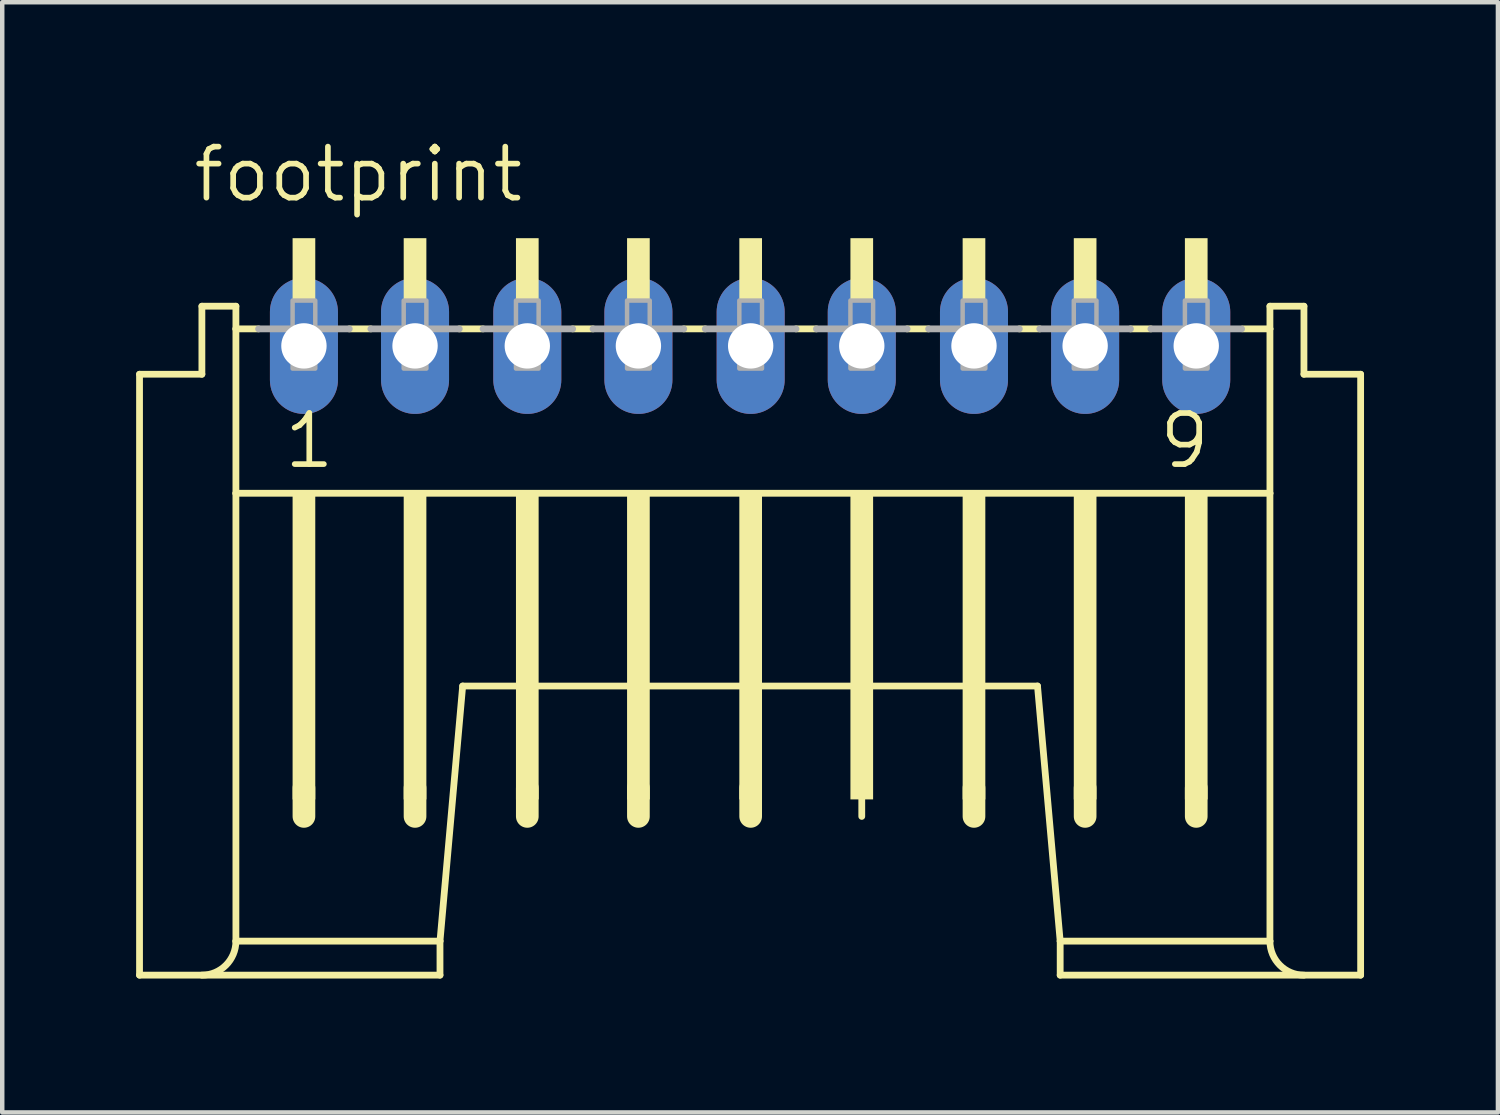
<source format=kicad_pcb>
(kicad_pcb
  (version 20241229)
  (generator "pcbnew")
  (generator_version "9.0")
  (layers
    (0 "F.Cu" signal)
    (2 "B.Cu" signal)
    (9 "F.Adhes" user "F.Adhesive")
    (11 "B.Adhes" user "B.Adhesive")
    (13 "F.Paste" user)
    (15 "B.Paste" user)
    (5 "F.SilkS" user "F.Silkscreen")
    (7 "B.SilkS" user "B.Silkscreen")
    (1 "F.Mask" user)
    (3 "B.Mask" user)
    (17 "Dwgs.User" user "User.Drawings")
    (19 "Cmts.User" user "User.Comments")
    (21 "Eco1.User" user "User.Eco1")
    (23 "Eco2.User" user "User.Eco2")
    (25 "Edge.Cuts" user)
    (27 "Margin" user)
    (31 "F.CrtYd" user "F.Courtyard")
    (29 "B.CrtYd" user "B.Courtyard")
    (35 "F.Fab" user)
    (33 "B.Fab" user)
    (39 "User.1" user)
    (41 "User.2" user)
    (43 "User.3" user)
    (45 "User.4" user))
  (footprint "footprint"
    (layer "F.Cu")
    (at 3.759 6.604)
    (property "Reference" "footprint" (at -2.54 -5.08 0) (layer "F.SilkS") (effects (font (size 1.143 1.143) (thickness 0.127)) (justify left bottom)))
    (fp_line (start -3.683 12.192) (end -3.683 -1.27) (stroke (width 0.152) (type solid)) (layer "F.SilkS"))
    (fp_line (start -3.683 12.192) (end 3.048 12.192) (stroke (width 0.152) (type solid)) (layer "F.SilkS"))
    (fp_line (start -2.286 -1.27) (end -3.683 -1.27) (stroke (width 0.152) (type solid)) (layer "F.SilkS"))
    (fp_line (start -2.286 -1.27) (end -2.286 -2.794) (stroke (width 0.152) (type solid)) (layer "F.SilkS"))
    (fp_line (start -1.524 -2.794) (end -2.286 -2.794) (stroke (width 0.152) (type solid)) (layer "F.SilkS"))
    (fp_line (start -1.524 -2.286) (end -1.524 -2.794) (stroke (width 0.152) (type solid)) (layer "F.SilkS"))
    (fp_line (start -1.524 1.397) (end -1.524 -2.286) (stroke (width 0.152) (type solid)) (layer "F.SilkS"))
    (fp_line (start -1.524 11.43) (end -1.524 1.397) (stroke (width 0.152) (type solid)) (layer "F.SilkS"))
    (fp_line (start -1.524 11.43) (end 3.048 11.43) (stroke (width 0.152) (type solid)) (layer "F.SilkS"))
    (fp_line (start -1.016 -2.286) (end -1.524 -2.286) (stroke (width 0.152) (type solid)) (layer "F.SilkS"))
    (fp_line (start 0 8.001) (end 0 8.636) (stroke (width 0.508) (type solid)) (layer "F.SilkS"))
    (fp_line (start 1.499 -2.286) (end 1.016 -2.286) (stroke (width 0.152) (type solid)) (layer "F.SilkS"))
    (fp_line (start 2.489 8.001) (end 2.489 8.636) (stroke (width 0.508) (type solid)) (layer "F.SilkS"))
    (fp_line (start 3.048 11.43) (end 3.556 5.715) (stroke (width 0.152) (type solid)) (layer "F.SilkS"))
    (fp_line (start 3.048 12.192) (end 3.048 11.43) (stroke (width 0.152) (type solid)) (layer "F.SilkS"))
    (fp_line (start 3.556 5.715) (end 16.434 5.715) (stroke (width 0.152) (type solid)) (layer "F.SilkS"))
    (fp_line (start 4.013 -2.286) (end 3.48 -2.286) (stroke (width 0.152) (type solid)) (layer "F.SilkS"))
    (fp_line (start 5.004 8.001) (end 5.004 8.636) (stroke (width 0.508) (type solid)) (layer "F.SilkS"))
    (fp_line (start 6.477 -2.286) (end 6.02 -2.286) (stroke (width 0.152) (type solid)) (layer "F.SilkS"))
    (fp_line (start 7.493 8.001) (end 7.493 8.636) (stroke (width 0.508) (type solid)) (layer "F.SilkS"))
    (fp_line (start 8.992 -2.286) (end 8.509 -2.286) (stroke (width 0.152) (type solid)) (layer "F.SilkS"))
    (fp_line (start 10.008 8.001) (end 10.008 8.636) (stroke (width 0.508) (type solid)) (layer "F.SilkS"))
    (fp_line (start 11.481 -2.286) (end 11.024 -2.286) (stroke (width 0.152) (type solid)) (layer "F.SilkS"))
    (fp_line (start 12.497 8.001) (end 12.497 8.636) (stroke (width 0.152) (type solid)) (layer "F.SilkS"))
    (fp_line (start 13.995 -2.286) (end 13.513 -2.286) (stroke (width 0.152) (type solid)) (layer "F.SilkS"))
    (fp_line (start 15.011 8.001) (end 15.011 8.636) (stroke (width 0.508) (type solid)) (layer "F.SilkS"))
    (fp_line (start 16.485 -2.286) (end 16.027 -2.286) (stroke (width 0.152) (type solid)) (layer "F.SilkS"))
    (fp_line (start 16.942 11.43) (end 16.434 5.715) (stroke (width 0.152) (type solid)) (layer "F.SilkS"))
    (fp_line (start 16.942 12.192) (end 16.942 11.43) (stroke (width 0.152) (type solid)) (layer "F.SilkS"))
    (fp_line (start 16.942 12.192) (end 23.673 12.192) (stroke (width 0.152) (type solid)) (layer "F.SilkS"))
    (fp_line (start 17.501 8.001) (end 17.501 8.636) (stroke (width 0.508) (type solid)) (layer "F.SilkS"))
    (fp_line (start 18.974 -2.286) (end 18.517 -2.286) (stroke (width 0.152) (type solid)) (layer "F.SilkS"))
    (fp_line (start 19.99 8.001) (end 19.99 8.636) (stroke (width 0.508) (type solid)) (layer "F.SilkS"))
    (fp_line (start 21.641 -2.794) (end 21.641 -2.286) (stroke (width 0.152) (type solid)) (layer "F.SilkS"))
    (fp_line (start 21.641 -2.286) (end 21.031 -2.286) (stroke (width 0.152) (type solid)) (layer "F.SilkS"))
    (fp_line (start 21.641 -2.286) (end 21.641 1.397) (stroke (width 0.152) (type solid)) (layer "F.SilkS"))
    (fp_line (start 21.641 1.397) (end -1.524 1.397) (stroke (width 0.152) (type solid)) (layer "F.SilkS"))
    (fp_line (start 21.641 1.397) (end 21.641 11.43) (stroke (width 0.152) (type solid)) (layer "F.SilkS"))
    (fp_line (start 21.641 11.43) (end 16.942 11.43) (stroke (width 0.152) (type solid)) (layer "F.SilkS"))
    (fp_line (start 22.403 -2.794) (end 21.641 -2.794) (stroke (width 0.152) (type solid)) (layer "F.SilkS"))
    (fp_line (start 22.403 -2.794) (end 22.403 -1.27) (stroke (width 0.152) (type solid)) (layer "F.SilkS"))
    (fp_line (start 23.673 -1.27) (end 22.403 -1.27) (stroke (width 0.152) (type solid)) (layer "F.SilkS"))
    (fp_line (start 23.673 -1.27) (end 23.673 12.192) (stroke (width 0.152) (type solid)) (layer "F.SilkS"))
    (fp_arc (start -1.524 11.43) (mid -1.747185 11.968815) (end -2.286 12.192) (stroke (width 0.1524) (type solid)) (layer "F.SilkS"))
    (fp_arc (start 22.4028 12.192) (mid 21.863985 11.968815) (end 21.6408 11.43) (stroke (width 0.1524) (type solid)) (layer "F.SilkS"))
    (fp_poly (pts (xy -0.254 -2.921) (xy 0.254 -2.921) (xy 0.254 -4.318) (xy -0.254 -4.318)) (stroke (width 0) (type solid)) (fill yes) (layer "F.SilkS"))
    (fp_poly (pts (xy -0.254 8.255) (xy 0.254 8.255) (xy 0.254 1.397) (xy -0.254 1.397)) (stroke (width 0) (type solid)) (fill yes) (layer "F.SilkS"))
    (fp_poly (pts (xy 2.235 -2.921) (xy 2.743 -2.921) (xy 2.743 -4.318) (xy 2.235 -4.318)) (stroke (width 0) (type solid)) (fill yes) (layer "F.SilkS"))
    (fp_poly (pts (xy 2.235 8.255) (xy 2.743 8.255) (xy 2.743 1.397) (xy 2.235 1.397)) (stroke (width 0) (type solid)) (fill yes) (layer "F.SilkS"))
    (fp_poly (pts (xy 4.75 -2.921) (xy 5.258 -2.921) (xy 5.258 -4.318) (xy 4.75 -4.318)) (stroke (width 0) (type solid)) (fill yes) (layer "F.SilkS"))
    (fp_poly (pts (xy 4.75 8.255) (xy 5.258 8.255) (xy 5.258 1.397) (xy 4.75 1.397)) (stroke (width 0) (type solid)) (fill yes) (layer "F.SilkS"))
    (fp_poly (pts (xy 7.239 -2.921) (xy 7.747 -2.921) (xy 7.747 -4.318) (xy 7.239 -4.318)) (stroke (width 0) (type solid)) (fill yes) (layer "F.SilkS"))
    (fp_poly (pts (xy 7.239 8.255) (xy 7.747 8.255) (xy 7.747 1.397) (xy 7.239 1.397)) (stroke (width 0) (type solid)) (fill yes) (layer "F.SilkS"))
    (fp_poly (pts (xy 9.754 -2.921) (xy 10.262 -2.921) (xy 10.262 -4.318) (xy 9.754 -4.318)) (stroke (width 0) (type solid)) (fill yes) (layer "F.SilkS"))
    (fp_poly (pts (xy 9.754 8.255) (xy 10.262 8.255) (xy 10.262 1.397) (xy 9.754 1.397)) (stroke (width 0) (type solid)) (fill yes) (layer "F.SilkS"))
    (fp_poly (pts (xy 12.243 -2.921) (xy 12.751 -2.921) (xy 12.751 -4.318) (xy 12.243 -4.318)) (stroke (width 0) (type solid)) (fill yes) (layer "F.SilkS"))
    (fp_poly (pts (xy 12.243 8.255) (xy 12.751 8.255) (xy 12.751 1.397) (xy 12.243 1.397)) (stroke (width 0) (type solid)) (fill yes) (layer "F.SilkS"))
    (fp_poly (pts (xy 14.757 -2.921) (xy 15.265 -2.921) (xy 15.265 -4.318) (xy 14.757 -4.318)) (stroke (width 0) (type solid)) (fill yes) (layer "F.SilkS"))
    (fp_poly (pts (xy 14.757 8.255) (xy 15.265 8.255) (xy 15.265 1.397) (xy 14.757 1.397)) (stroke (width 0) (type solid)) (fill yes) (layer "F.SilkS"))
    (fp_poly (pts (xy 17.247 -2.921) (xy 17.755 -2.921) (xy 17.755 -4.318) (xy 17.247 -4.318)) (stroke (width 0) (type solid)) (fill yes) (layer "F.SilkS"))
    (fp_poly (pts (xy 17.247 8.255) (xy 17.755 8.255) (xy 17.755 1.397) (xy 17.247 1.397)) (stroke (width 0) (type solid)) (fill yes) (layer "F.SilkS"))
    (fp_poly (pts (xy 19.736 -2.921) (xy 20.244 -2.921) (xy 20.244 -4.318) (xy 19.736 -4.318)) (stroke (width 0) (type solid)) (fill yes) (layer "F.SilkS"))
    (fp_poly (pts (xy 19.736 8.255) (xy 20.244 8.255) (xy 20.244 1.397) (xy 19.736 1.397)) (stroke (width 0) (type solid)) (fill yes) (layer "F.SilkS"))
    (fp_line (start -1.016 -2.286) (end 1.016 -2.286) (stroke (width 0.152) (type solid)) (layer "F.Fab"))
    (fp_line (start 1.499 -2.286) (end 3.48 -2.286) (stroke (width 0.152) (type solid)) (layer "F.Fab"))
    (fp_line (start 4.013 -2.286) (end 6.02 -2.286) (stroke (width 0.152) (type solid)) (layer "F.Fab"))
    (fp_line (start 6.477 -2.286) (end 8.509 -2.286) (stroke (width 0.152) (type solid)) (layer "F.Fab"))
    (fp_line (start 8.992 -2.286) (end 11.024 -2.286) (stroke (width 0.152) (type solid)) (layer "F.Fab"))
    (fp_line (start 11.481 -2.286) (end 13.513 -2.286) (stroke (width 0.152) (type solid)) (layer "F.Fab"))
    (fp_line (start 13.995 -2.286) (end 16.027 -2.286) (stroke (width 0.152) (type solid)) (layer "F.Fab"))
    (fp_line (start 16.485 -2.286) (end 18.517 -2.286) (stroke (width 0.152) (type solid)) (layer "F.Fab"))
    (fp_line (start 18.974 -2.286) (end 21.006 -2.286) (stroke (width 0.152) (type solid)) (layer "F.Fab"))
    (fp_poly (pts (xy -0.254 -1.397) (xy 0.254 -1.397) (xy 0.254 -2.921) (xy -0.254 -2.921)) (stroke (width 0.1) (type solid)) (fill no) (layer "F.Fab"))
    (fp_poly (pts (xy 2.235 -1.397) (xy 2.743 -1.397) (xy 2.743 -2.921) (xy 2.235 -2.921)) (stroke (width 0.1) (type solid)) (fill no) (layer "F.Fab"))
    (fp_poly (pts (xy 4.75 -1.397) (xy 5.258 -1.397) (xy 5.258 -2.921) (xy 4.75 -2.921)) (stroke (width 0.1) (type solid)) (fill no) (layer "F.Fab"))
    (fp_poly (pts (xy 7.239 -1.397) (xy 7.747 -1.397) (xy 7.747 -2.921) (xy 7.239 -2.921)) (stroke (width 0.1) (type solid)) (fill no) (layer "F.Fab"))
    (fp_poly (pts (xy 9.754 -1.397) (xy 10.262 -1.397) (xy 10.262 -2.921) (xy 9.754 -2.921)) (stroke (width 0.1) (type solid)) (fill no) (layer "F.Fab"))
    (fp_poly (pts (xy 12.243 -1.397) (xy 12.751 -1.397) (xy 12.751 -2.921) (xy 12.243 -2.921)) (stroke (width 0.1) (type solid)) (fill no) (layer "F.Fab"))
    (fp_poly (pts (xy 14.757 -1.397) (xy 15.265 -1.397) (xy 15.265 -2.921) (xy 14.757 -2.921)) (stroke (width 0.1) (type solid)) (fill no) (layer "F.Fab"))
    (fp_poly (pts (xy 17.247 -1.397) (xy 17.755 -1.397) (xy 17.755 -2.921) (xy 17.247 -2.921)) (stroke (width 0.1) (type solid)) (fill no) (layer "F.Fab"))
    (fp_poly (pts (xy 19.736 -1.397) (xy 20.244 -1.397) (xy 20.244 -2.921) (xy 19.736 -2.921)) (stroke (width 0.1) (type solid)) (fill no) (layer "F.Fab"))
    (fp_text user "9" (at 19.101 0.889 0) (layer "F.SilkS") (effects (font (size 1.143 1.143) (thickness 0.127)) (justify left bottom)))
    (fp_text user "1" (at -0.508 0.889 0) (layer "F.SilkS") (effects (font (size 1.143 1.143) (thickness 0.127)) (justify left bottom)))
    (pad "1" thru_hole oval (at 0 -1.905 90) (size 3.048 1.524) (drill 1.016) (layers "*.Cu" "*.Mask"))
    (pad "2" thru_hole oval (at 2.489 -1.905 90) (size 3.048 1.524) (drill 1.016) (layers "*.Cu" "*.Mask"))
    (pad "3" thru_hole oval (at 5.004 -1.905 90) (size 3.048 1.524) (drill 1.016) (layers "*.Cu" "*.Mask"))
    (pad "4" thru_hole oval (at 7.493 -1.905 90) (size 3.048 1.524) (drill 1.016) (layers "*.Cu" "*.Mask"))
    (pad "5" thru_hole oval (at 10.008 -1.905 90) (size 3.048 1.524) (drill 1.016) (layers "*.Cu" "*.Mask"))
    (pad "6" thru_hole oval (at 12.497 -1.905 90) (size 3.048 1.524) (drill 1.016) (layers "*.Cu" "*.Mask"))
    (pad "7" thru_hole oval (at 15.011 -1.905 90) (size 3.048 1.524) (drill 1.016) (layers "*.Cu" "*.Mask"))
    (pad "8" thru_hole oval (at 17.501 -1.905 90) (size 3.048 1.524) (drill 1.016) (layers "*.Cu" "*.Mask"))
    (pad "9" thru_hole oval (at 19.99 -1.905 90) (size 3.048 1.524) (drill 1.016) (layers "*.Cu" "*.Mask")))
  (gr_rect
    (start -3 -3)
    (end 30.508 21.872)
    (stroke (width 0.1) (type default))
    (fill no)
    (layer "Edge.Cuts")))
</source>
